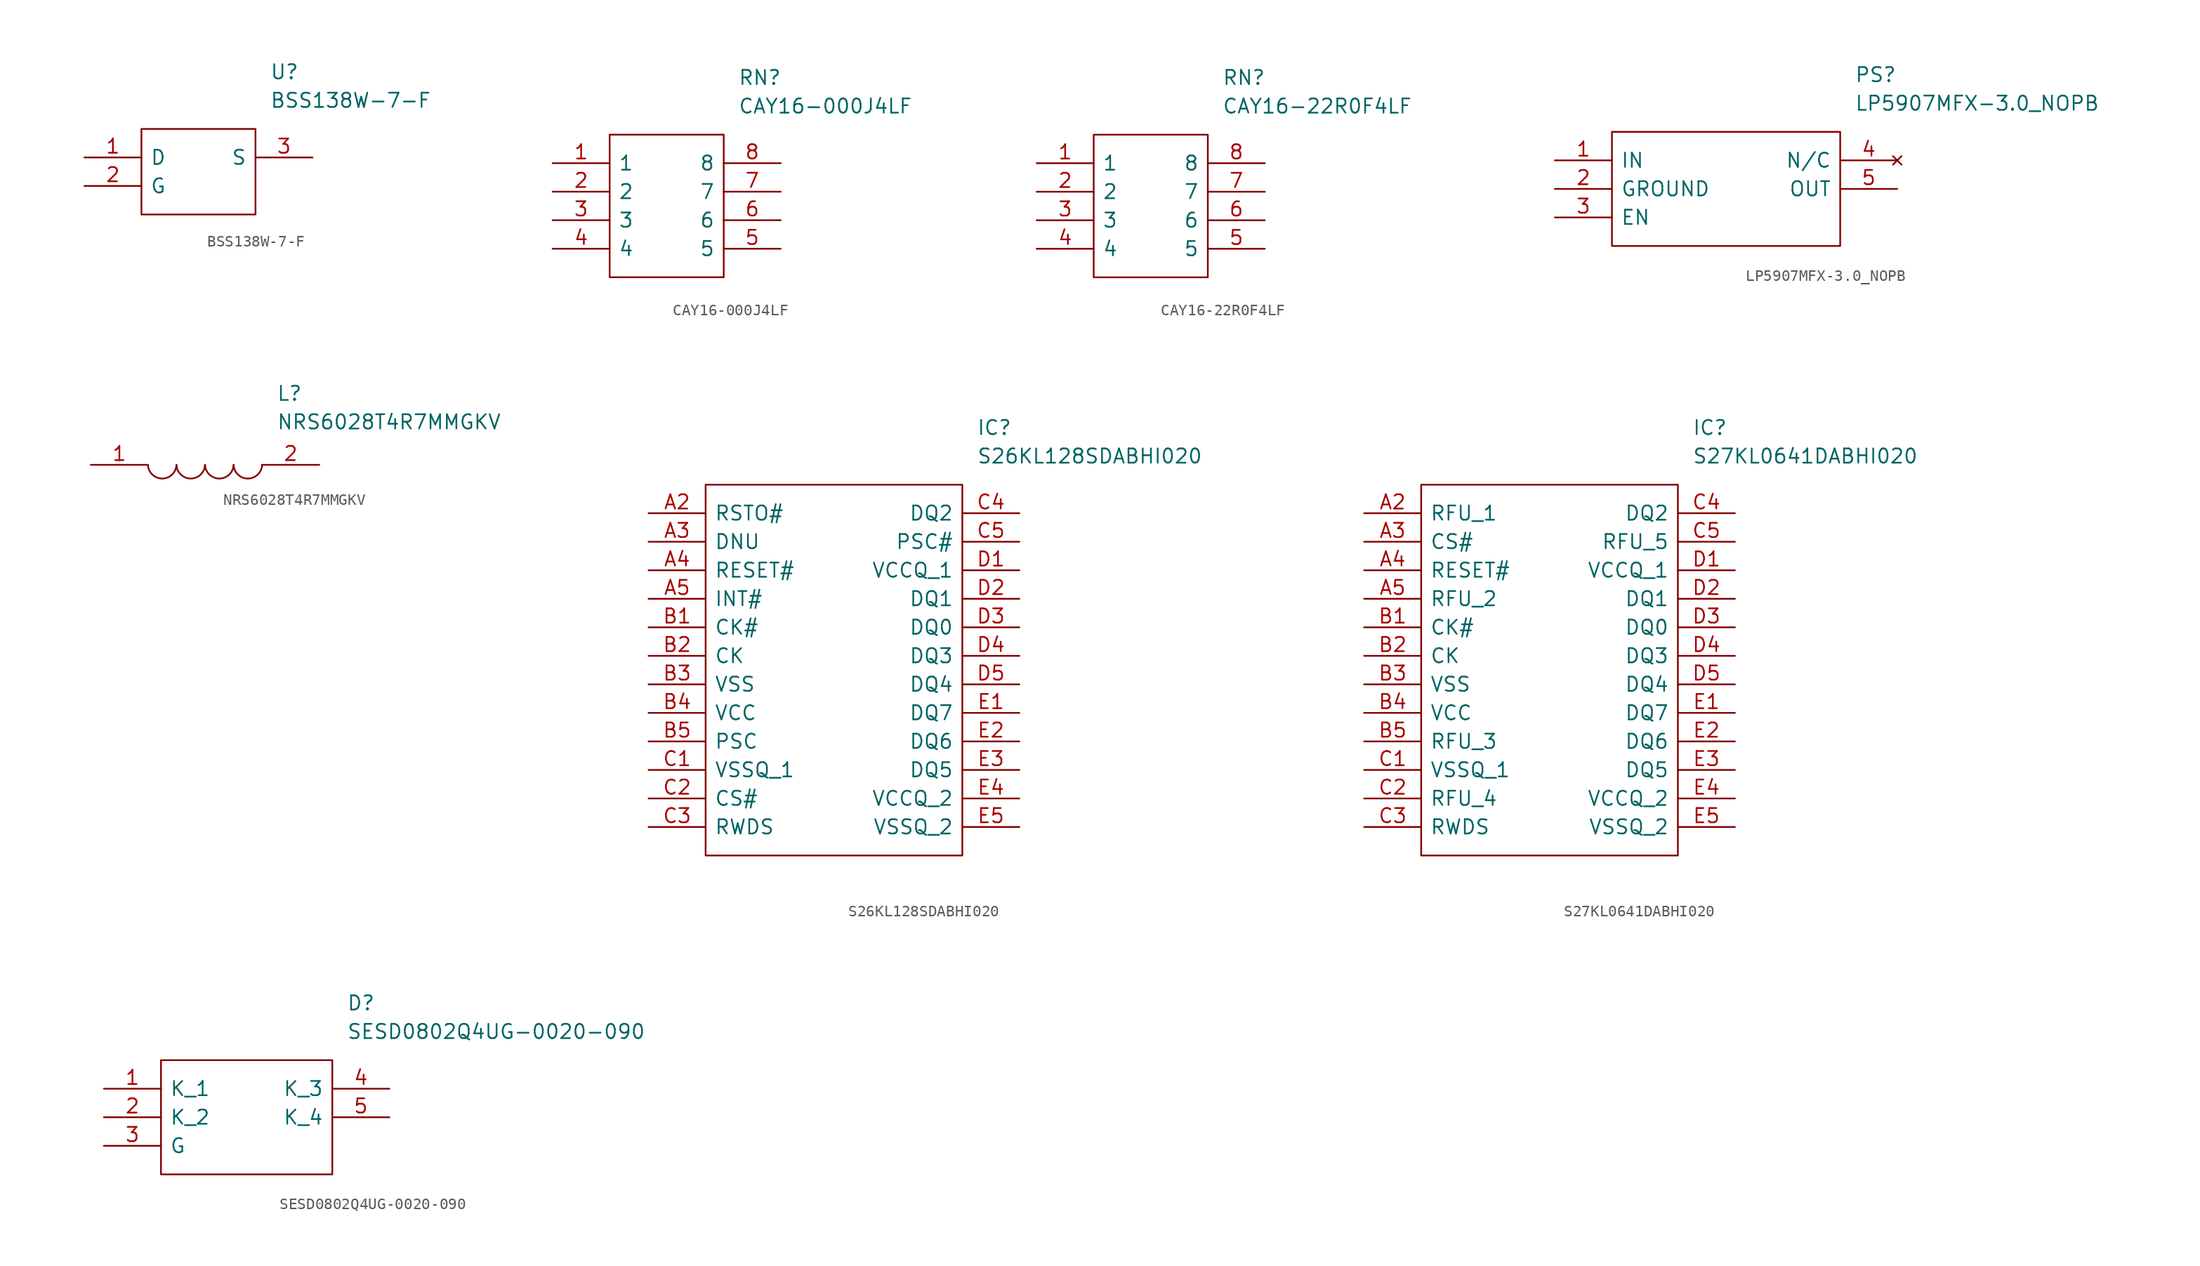
<source format=kicad_sym>
(kicad_symbol_lib
  (version 20211014)
  (generator kicad_symbol_editor)
  (symbol "BSS138W-7-F"
    (pin_names
      (offset 0.762))
    (property "Reference" "U"
      (at 16.51 7.62 0)
      (effects (font (size 1.27 1.27)) (justify left)))
    (property "Value" "BSS138W-7-F"
      (at 16.51 5.08 0)
      (effects (font (size 1.27 1.27)) (justify left)))
    (symbol "BSS138W-7-F_0_0"
      (pin passive line (at 0 0 0) (length 5.08) (name "D" (effects (font (size 1.27 1.27)))) (number "1" (effects (font (size 1.27 1.27)))))
      (pin passive line (at 0 -2.54 0) (length 5.08) (name "G" (effects (font (size 1.27 1.27)))) (number "2" (effects (font (size 1.27 1.27)))))
      (pin passive line (at 20.32 0 180) (length 5.08) (name "S" (effects (font (size 1.27 1.27)))) (number "3" (effects (font (size 1.27 1.27))))))
    (symbol "BSS138W-7-F_0_1"
      (polyline (pts (xy 5.08 2.54) (xy 15.24 2.54) (xy 15.24 -5.08) (xy 5.08 -5.08) (xy 5.08 2.54)) (stroke (width 0.152) (type default) (color 0 0 0 0)) (fill (type none)))))
  (symbol "CAY16-000J4LF"
    (pin_names
      (offset 0.762))
    (property "Reference" "RN"
      (at 16.51 7.62 0)
      (effects (font (size 1.27 1.27)) (justify left)))
    (property "Value" "CAY16-000J4LF"
      (at 16.51 5.08 0)
      (effects (font (size 1.27 1.27)) (justify left)))
    (symbol "CAY16-000J4LF_0_0"
      (pin passive line (at 0 0 0) (length 5.08) (name "1" (effects (font (size 1.27 1.27)))) (number "1" (effects (font (size 1.27 1.27)))))
      (pin passive line (at 0 -2.54 0) (length 5.08) (name "2" (effects (font (size 1.27 1.27)))) (number "2" (effects (font (size 1.27 1.27)))))
      (pin passive line (at 0 -5.08 0) (length 5.08) (name "3" (effects (font (size 1.27 1.27)))) (number "3" (effects (font (size 1.27 1.27)))))
      (pin passive line (at 0 -7.62 0) (length 5.08) (name "4" (effects (font (size 1.27 1.27)))) (number "4" (effects (font (size 1.27 1.27)))))
      (pin passive line (at 20.32 -7.62 180) (length 5.08) (name "5" (effects (font (size 1.27 1.27)))) (number "5" (effects (font (size 1.27 1.27)))))
      (pin passive line (at 20.32 -5.08 180) (length 5.08) (name "6" (effects (font (size 1.27 1.27)))) (number "6" (effects (font (size 1.27 1.27)))))
      (pin passive line (at 20.32 -2.54 180) (length 5.08) (name "7" (effects (font (size 1.27 1.27)))) (number "7" (effects (font (size 1.27 1.27)))))
      (pin passive line (at 20.32 0 180) (length 5.08) (name "8" (effects (font (size 1.27 1.27)))) (number "8" (effects (font (size 1.27 1.27))))))
    (symbol "CAY16-000J4LF_0_1"
      (polyline (pts (xy 5.08 2.54) (xy 15.24 2.54) (xy 15.24 -10.16) (xy 5.08 -10.16) (xy 5.08 2.54)) (stroke (width 0.152) (type default) (color 0 0 0 0)) (fill (type none)))))
  (symbol "CAY16-22R0F4LF"
    (pin_names
      (offset 0.762))
    (property "Reference" "RN"
      (at 16.51 7.62 0)
      (effects (font (size 1.27 1.27)) (justify left)))
    (property "Value" "CAY16-22R0F4LF"
      (at 16.51 5.08 0)
      (effects (font (size 1.27 1.27)) (justify left)))
    (symbol "CAY16-22R0F4LF_0_0"
      (pin passive line (at 0 0 0) (length 5.08) (name "1" (effects (font (size 1.27 1.27)))) (number "1" (effects (font (size 1.27 1.27)))))
      (pin passive line (at 0 -2.54 0) (length 5.08) (name "2" (effects (font (size 1.27 1.27)))) (number "2" (effects (font (size 1.27 1.27)))))
      (pin passive line (at 0 -5.08 0) (length 5.08) (name "3" (effects (font (size 1.27 1.27)))) (number "3" (effects (font (size 1.27 1.27)))))
      (pin passive line (at 0 -7.62 0) (length 5.08) (name "4" (effects (font (size 1.27 1.27)))) (number "4" (effects (font (size 1.27 1.27)))))
      (pin passive line (at 20.32 -7.62 180) (length 5.08) (name "5" (effects (font (size 1.27 1.27)))) (number "5" (effects (font (size 1.27 1.27)))))
      (pin passive line (at 20.32 -5.08 180) (length 5.08) (name "6" (effects (font (size 1.27 1.27)))) (number "6" (effects (font (size 1.27 1.27)))))
      (pin passive line (at 20.32 -2.54 180) (length 5.08) (name "7" (effects (font (size 1.27 1.27)))) (number "7" (effects (font (size 1.27 1.27)))))
      (pin passive line (at 20.32 0 180) (length 5.08) (name "8" (effects (font (size 1.27 1.27)))) (number "8" (effects (font (size 1.27 1.27))))))
    (symbol "CAY16-22R0F4LF_0_1"
      (polyline (pts (xy 5.08 2.54) (xy 15.24 2.54) (xy 15.24 -10.16) (xy 5.08 -10.16) (xy 5.08 2.54)) (stroke (width 0.152) (type default) (color 0 0 0 0)) (fill (type none)))))
  (symbol "LP5907MFX-3.0_NOPB"
    (pin_names
      (offset 0.762))
    (property "Reference" "PS"
      (at 26.67 7.62 0)
      (effects (font (size 1.27 1.27)) (justify left)))
    (property "Value" "LP5907MFX-3.0_NOPB"
      (at 26.67 5.08 0)
      (effects (font (size 1.27 1.27)) (justify left)))
    (symbol "LP5907MFX-3.0_NOPB_0_0"
      (pin power_in line (at 0 0 0) (length 5.08) (name "IN" (effects (font (size 1.27 1.27)))) (number "1" (effects (font (size 1.27 1.27)))))
      (pin power_in line (at 0 -2.54 0) (length 5.08) (name "GROUND" (effects (font (size 1.27 1.27)))) (number "2" (effects (font (size 1.27 1.27)))))
      (pin passive line (at 0 -5.08 0) (length 5.08) (name "EN" (effects (font (size 1.27 1.27)))) (number "3" (effects (font (size 1.27 1.27)))))
      (pin no_connect line (at 30.48 0 180) (length 5.08) (name "N/C" (effects (font (size 1.27 1.27)))) (number "4" (effects (font (size 1.27 1.27)))))
      (pin power_out line (at 30.48 -2.54 180) (length 5.08) (name "OUT" (effects (font (size 1.27 1.27)))) (number "5" (effects (font (size 1.27 1.27))))))
    (symbol "LP5907MFX-3.0_NOPB_0_1"
      (polyline (pts (xy 5.08 2.54) (xy 25.4 2.54) (xy 25.4 -7.62) (xy 5.08 -7.62) (xy 5.08 2.54)) (stroke (width 0.152) (type default) (color 0 0 0 0)) (fill (type none)))))
  (symbol "NRS6028T4R7MMGKV"
    (pin_names
      (offset 0.762))
    (property "Reference" "L"
      (at 16.51 6.35 0)
      (effects (font (size 1.27 1.27)) (justify left)))
    (property "Value" "NRS6028T4R7MMGKV"
      (at 16.51 3.81 0)
      (effects (font (size 1.27 1.27)) (justify left)))
    (symbol "NRS6028T4R7MMGKV_0_0"
      (pin passive line (at 0 0 0) (length 5.08) (name "~" (effects (font (size 1.27 1.27)))) (number "1" (effects (font (size 1.27 1.27)))))
      (pin passive line (at 20.32 0 180) (length 5.08) (name "~" (effects (font (size 1.27 1.27)))) (number "2" (effects (font (size 1.27 1.27))))))
    (symbol "NRS6028T4R7MMGKV_0_1"
      (arc (start 5.08 0) (mid 6.35 -1.3218) (end 7.62 0) (stroke (width 0.1524) (type default) (color 0 0 0 0)) (fill (type none)))
      (arc (start 7.62 0) (mid 8.89 -1.3218) (end 10.16 0) (stroke (width 0.1524) (type default) (color 0 0 0 0)) (fill (type none)))
      (arc (start 10.16 0) (mid 11.43 -1.3218) (end 12.7 0) (stroke (width 0.1524) (type default) (color 0 0 0 0)) (fill (type none)))
      (arc (start 12.7 0) (mid 13.97 -1.3218) (end 15.24 0) (stroke (width 0.1524) (type default) (color 0 0 0 0)) (fill (type none)))))
  (symbol "S26KL128SDABHI020"
    (pin_names
      (offset 0.762))
    (property "Reference" "IC"
      (at 29.21 7.62 0)
      (effects (font (size 1.27 1.27)) (justify left)))
    (property "Value" "S26KL128SDABHI020"
      (at 29.21 5.08 0)
      (effects (font (size 1.27 1.27)) (justify left)))
    (symbol "S26KL128SDABHI020_0_0"
      (pin passive line (at 0 0 0) (length 5.08) (name "RSTO#" (effects (font (size 1.27 1.27)))) (number "A2" (effects (font (size 1.27 1.27)))))
      (pin passive line (at 0 -2.54 0) (length 5.08) (name "DNU" (effects (font (size 1.27 1.27)))) (number "A3" (effects (font (size 1.27 1.27)))))
      (pin passive line (at 0 -5.08 0) (length 5.08) (name "RESET#" (effects (font (size 1.27 1.27)))) (number "A4" (effects (font (size 1.27 1.27)))))
      (pin passive line (at 0 -7.62 0) (length 5.08) (name "INT#" (effects (font (size 1.27 1.27)))) (number "A5" (effects (font (size 1.27 1.27)))))
      (pin passive line (at 0 -10.16 0) (length 5.08) (name "CK#" (effects (font (size 1.27 1.27)))) (number "B1" (effects (font (size 1.27 1.27)))))
      (pin passive line (at 0 -12.7 0) (length 5.08) (name "CK" (effects (font (size 1.27 1.27)))) (number "B2" (effects (font (size 1.27 1.27)))))
      (pin passive line (at 0 -15.24 0) (length 5.08) (name "VSS" (effects (font (size 1.27 1.27)))) (number "B3" (effects (font (size 1.27 1.27)))))
      (pin passive line (at 0 -17.78 0) (length 5.08) (name "VCC" (effects (font (size 1.27 1.27)))) (number "B4" (effects (font (size 1.27 1.27)))))
      (pin passive line (at 0 -20.32 0) (length 5.08) (name "PSC" (effects (font (size 1.27 1.27)))) (number "B5" (effects (font (size 1.27 1.27)))))
      (pin passive line (at 0 -22.86 0) (length 5.08) (name "VSSQ_1" (effects (font (size 1.27 1.27)))) (number "C1" (effects (font (size 1.27 1.27)))))
      (pin passive line (at 0 -25.4 0) (length 5.08) (name "CS#" (effects (font (size 1.27 1.27)))) (number "C2" (effects (font (size 1.27 1.27)))))
      (pin passive line (at 0 -27.94 0) (length 5.08) (name "RWDS" (effects (font (size 1.27 1.27)))) (number "C3" (effects (font (size 1.27 1.27)))))
      (pin passive line (at 33.02 0 180) (length 5.08) (name "DQ2" (effects (font (size 1.27 1.27)))) (number "C4" (effects (font (size 1.27 1.27)))))
      (pin passive line (at 33.02 -2.54 180) (length 5.08) (name "PSC#" (effects (font (size 1.27 1.27)))) (number "C5" (effects (font (size 1.27 1.27)))))
      (pin passive line (at 33.02 -5.08 180) (length 5.08) (name "VCCQ_1" (effects (font (size 1.27 1.27)))) (number "D1" (effects (font (size 1.27 1.27)))))
      (pin passive line (at 33.02 -7.62 180) (length 5.08) (name "DQ1" (effects (font (size 1.27 1.27)))) (number "D2" (effects (font (size 1.27 1.27)))))
      (pin passive line (at 33.02 -10.16 180) (length 5.08) (name "DQ0" (effects (font (size 1.27 1.27)))) (number "D3" (effects (font (size 1.27 1.27)))))
      (pin passive line (at 33.02 -12.7 180) (length 5.08) (name "DQ3" (effects (font (size 1.27 1.27)))) (number "D4" (effects (font (size 1.27 1.27)))))
      (pin passive line (at 33.02 -15.24 180) (length 5.08) (name "DQ4" (effects (font (size 1.27 1.27)))) (number "D5" (effects (font (size 1.27 1.27)))))
      (pin passive line (at 33.02 -17.78 180) (length 5.08) (name "DQ7" (effects (font (size 1.27 1.27)))) (number "E1" (effects (font (size 1.27 1.27)))))
      (pin passive line (at 33.02 -20.32 180) (length 5.08) (name "DQ6" (effects (font (size 1.27 1.27)))) (number "E2" (effects (font (size 1.27 1.27)))))
      (pin passive line (at 33.02 -22.86 180) (length 5.08) (name "DQ5" (effects (font (size 1.27 1.27)))) (number "E3" (effects (font (size 1.27 1.27)))))
      (pin passive line (at 33.02 -25.4 180) (length 5.08) (name "VCCQ_2" (effects (font (size 1.27 1.27)))) (number "E4" (effects (font (size 1.27 1.27)))))
      (pin passive line (at 33.02 -27.94 180) (length 5.08) (name "VSSQ_2" (effects (font (size 1.27 1.27)))) (number "E5" (effects (font (size 1.27 1.27))))))
    (symbol "S26KL128SDABHI020_0_1"
      (polyline (pts (xy 5.08 2.54) (xy 27.94 2.54) (xy 27.94 -30.48) (xy 5.08 -30.48) (xy 5.08 2.54)) (stroke (width 0.152) (type default) (color 0 0 0 0)) (fill (type none)))))
  (symbol "S27KL0641DABHI020"
    (pin_names
      (offset 0.762))
    (property "Reference" "IC"
      (at 29.21 7.62 0)
      (effects (font (size 1.27 1.27)) (justify left)))
    (property "Value" "S27KL0641DABHI020"
      (at 29.21 5.08 0)
      (effects (font (size 1.27 1.27)) (justify left)))
    (symbol "S27KL0641DABHI020_0_0"
      (pin passive line (at 0 0 0) (length 5.08) (name "RFU_1" (effects (font (size 1.27 1.27)))) (number "A2" (effects (font (size 1.27 1.27)))))
      (pin passive line (at 0 -2.54 0) (length 5.08) (name "CS#" (effects (font (size 1.27 1.27)))) (number "A3" (effects (font (size 1.27 1.27)))))
      (pin passive line (at 0 -5.08 0) (length 5.08) (name "RESET#" (effects (font (size 1.27 1.27)))) (number "A4" (effects (font (size 1.27 1.27)))))
      (pin passive line (at 0 -7.62 0) (length 5.08) (name "RFU_2" (effects (font (size 1.27 1.27)))) (number "A5" (effects (font (size 1.27 1.27)))))
      (pin passive line (at 0 -10.16 0) (length 5.08) (name "CK#" (effects (font (size 1.27 1.27)))) (number "B1" (effects (font (size 1.27 1.27)))))
      (pin passive line (at 0 -12.7 0) (length 5.08) (name "CK" (effects (font (size 1.27 1.27)))) (number "B2" (effects (font (size 1.27 1.27)))))
      (pin power_in line (at 0 -15.24 0) (length 5.08) (name "VSS" (effects (font (size 1.27 1.27)))) (number "B3" (effects (font (size 1.27 1.27)))))
      (pin power_in line (at 0 -17.78 0) (length 5.08) (name "VCC" (effects (font (size 1.27 1.27)))) (number "B4" (effects (font (size 1.27 1.27)))))
      (pin passive line (at 0 -20.32 0) (length 5.08) (name "RFU_3" (effects (font (size 1.27 1.27)))) (number "B5" (effects (font (size 1.27 1.27)))))
      (pin power_in line (at 0 -22.86 0) (length 5.08) (name "VSSQ_1" (effects (font (size 1.27 1.27)))) (number "C1" (effects (font (size 1.27 1.27)))))
      (pin passive line (at 0 -25.4 0) (length 5.08) (name "RFU_4" (effects (font (size 1.27 1.27)))) (number "C2" (effects (font (size 1.27 1.27)))))
      (pin passive line (at 0 -27.94 0) (length 5.08) (name "RWDS" (effects (font (size 1.27 1.27)))) (number "C3" (effects (font (size 1.27 1.27)))))
      (pin passive line (at 33.02 0 180) (length 5.08) (name "DQ2" (effects (font (size 1.27 1.27)))) (number "C4" (effects (font (size 1.27 1.27)))))
      (pin passive line (at 33.02 -2.54 180) (length 5.08) (name "RFU_5" (effects (font (size 1.27 1.27)))) (number "C5" (effects (font (size 1.27 1.27)))))
      (pin power_in line (at 33.02 -5.08 180) (length 5.08) (name "VCCQ_1" (effects (font (size 1.27 1.27)))) (number "D1" (effects (font (size 1.27 1.27)))))
      (pin passive line (at 33.02 -7.62 180) (length 5.08) (name "DQ1" (effects (font (size 1.27 1.27)))) (number "D2" (effects (font (size 1.27 1.27)))))
      (pin passive line (at 33.02 -10.16 180) (length 5.08) (name "DQ0" (effects (font (size 1.27 1.27)))) (number "D3" (effects (font (size 1.27 1.27)))))
      (pin passive line (at 33.02 -12.7 180) (length 5.08) (name "DQ3" (effects (font (size 1.27 1.27)))) (number "D4" (effects (font (size 1.27 1.27)))))
      (pin passive line (at 33.02 -15.24 180) (length 5.08) (name "DQ4" (effects (font (size 1.27 1.27)))) (number "D5" (effects (font (size 1.27 1.27)))))
      (pin passive line (at 33.02 -17.78 180) (length 5.08) (name "DQ7" (effects (font (size 1.27 1.27)))) (number "E1" (effects (font (size 1.27 1.27)))))
      (pin passive line (at 33.02 -20.32 180) (length 5.08) (name "DQ6" (effects (font (size 1.27 1.27)))) (number "E2" (effects (font (size 1.27 1.27)))))
      (pin passive line (at 33.02 -22.86 180) (length 5.08) (name "DQ5" (effects (font (size 1.27 1.27)))) (number "E3" (effects (font (size 1.27 1.27)))))
      (pin power_in line (at 33.02 -25.4 180) (length 5.08) (name "VCCQ_2" (effects (font (size 1.27 1.27)))) (number "E4" (effects (font (size 1.27 1.27)))))
      (pin power_in line (at 33.02 -27.94 180) (length 5.08) (name "VSSQ_2" (effects (font (size 1.27 1.27)))) (number "E5" (effects (font (size 1.27 1.27))))))
    (symbol "S27KL0641DABHI020_0_1"
      (polyline (pts (xy 5.08 2.54) (xy 27.94 2.54) (xy 27.94 -30.48) (xy 5.08 -30.48) (xy 5.08 2.54)) (stroke (width 0.152) (type default) (color 0 0 0 0)) (fill (type none)))))
  (symbol "SESD0802Q4UG-0020-090"
    (pin_names
      (offset 0.762))
    (property "Reference" "D"
      (at 21.59 7.62 0)
      (effects (font (size 1.27 1.27)) (justify left)))
    (property "Value" "SESD0802Q4UG-0020-090"
      (at 21.59 5.08 0)
      (effects (font (size 1.27 1.27)) (justify left)))
    (symbol "SESD0802Q4UG-0020-090_0_0"
      (pin passive line (at 0 0 0) (length 5.08) (name "K_1" (effects (font (size 1.27 1.27)))) (number "1" (effects (font (size 1.27 1.27)))))
      (pin passive line (at 0 -2.54 0) (length 5.08) (name "K_2" (effects (font (size 1.27 1.27)))) (number "2" (effects (font (size 1.27 1.27)))))
      (pin passive line (at 0 -5.08 0) (length 5.08) (name "G" (effects (font (size 1.27 1.27)))) (number "3" (effects (font (size 1.27 1.27)))))
      (pin passive line (at 25.4 0 180) (length 5.08) (name "K_3" (effects (font (size 1.27 1.27)))) (number "4" (effects (font (size 1.27 1.27)))))
      (pin passive line (at 25.4 -2.54 180) (length 5.08) (name "K_4" (effects (font (size 1.27 1.27)))) (number "5" (effects (font (size 1.27 1.27))))))
    (symbol "SESD0802Q4UG-0020-090_0_1"
      (polyline (pts (xy 5.08 2.54) (xy 20.32 2.54) (xy 20.32 -7.62) (xy 5.08 -7.62) (xy 5.08 2.54)) (stroke (width 0.152) (type default) (color 0 0 0 0)) (fill (type none))))))
</source>
